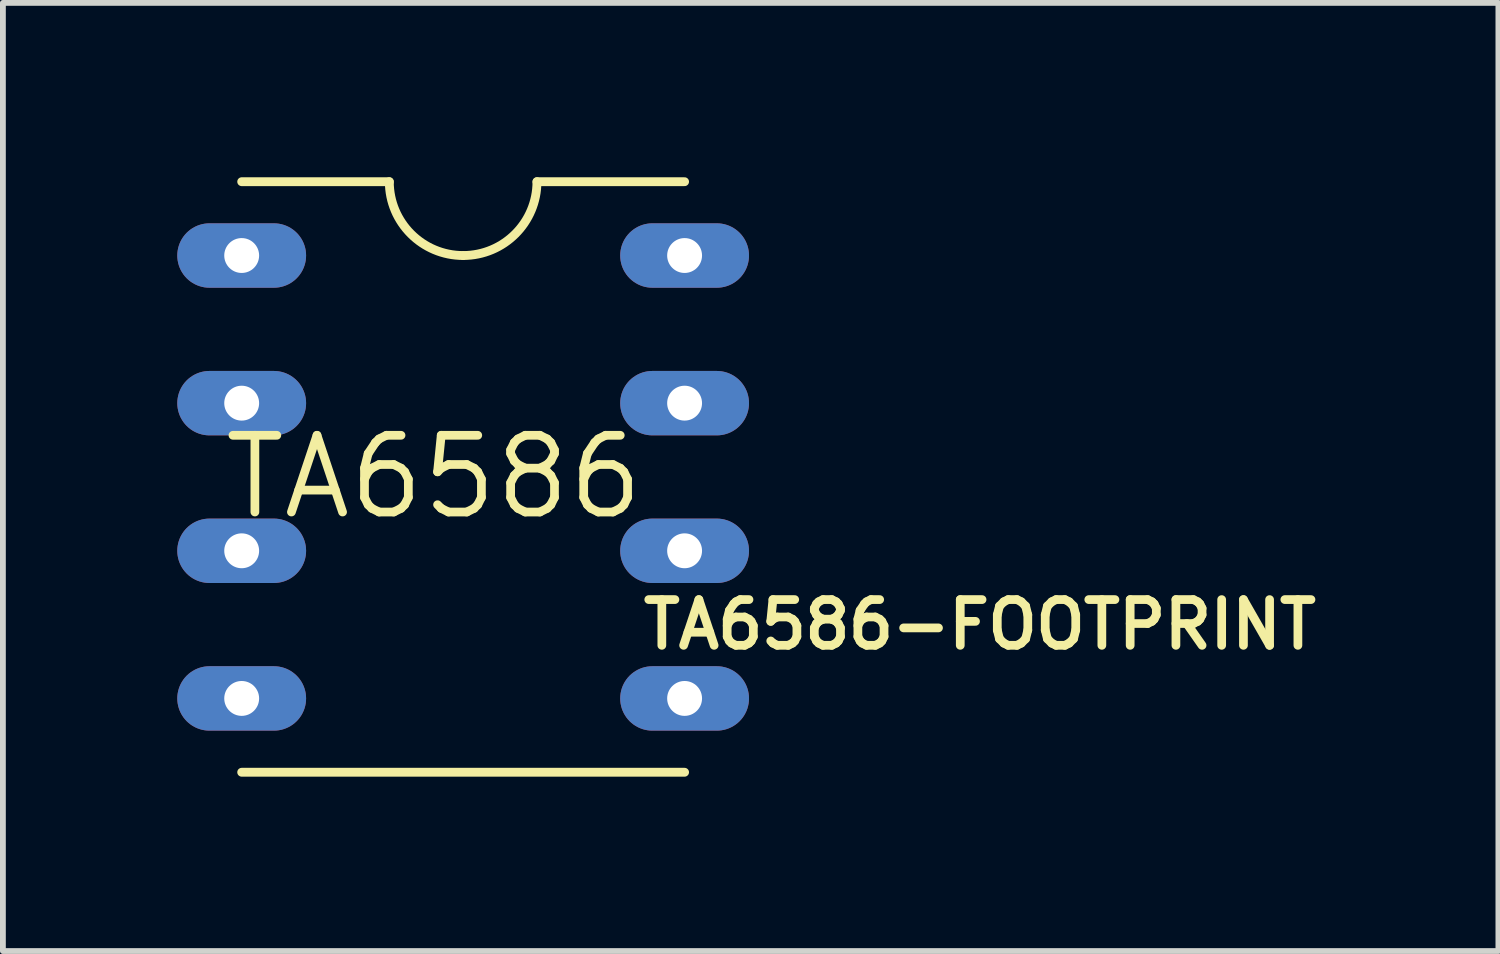
<source format=kicad_pcb>
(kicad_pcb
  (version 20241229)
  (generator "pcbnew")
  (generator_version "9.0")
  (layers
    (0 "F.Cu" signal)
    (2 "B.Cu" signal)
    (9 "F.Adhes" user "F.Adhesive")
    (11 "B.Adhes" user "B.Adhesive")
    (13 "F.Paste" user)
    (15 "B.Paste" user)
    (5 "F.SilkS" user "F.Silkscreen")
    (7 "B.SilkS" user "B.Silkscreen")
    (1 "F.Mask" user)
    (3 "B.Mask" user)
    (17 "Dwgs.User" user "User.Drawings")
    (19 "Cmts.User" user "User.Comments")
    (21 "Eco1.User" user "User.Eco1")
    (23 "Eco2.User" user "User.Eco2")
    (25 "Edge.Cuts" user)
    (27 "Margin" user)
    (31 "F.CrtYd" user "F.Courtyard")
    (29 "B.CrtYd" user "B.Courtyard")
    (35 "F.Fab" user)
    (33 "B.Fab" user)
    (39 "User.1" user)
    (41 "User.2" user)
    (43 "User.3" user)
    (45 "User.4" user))
  (footprint "TA6586-FOOTPRINT"
    (layer "F.Cu")
    (at 13.808 7.696)
    (property "Reference" "TA6586-FOOTPRINT" (at 0 0 0) (layer "F.SilkS") (effects (font (size 0.787 0.787) (thickness 0.15))))
    (attr through_hole)
    (fp_line (start -12.7 -7.62) (end -10.16 -7.62) (stroke (width 0.152) (type solid)) (layer "F.SilkS"))
    (fp_line (start -12.7 2.54) (end -5.08 2.54) (stroke (width 0.152) (type solid)) (layer "F.SilkS"))
    (fp_line (start -7.62 -7.62) (end -5.08 -7.62) (stroke (width 0.152) (type solid)) (layer "F.SilkS"))
    (fp_arc (start -8.89 -6.35) (mid -9.788026 -6.721974) (end -10.16 -7.62) (stroke (width 0.1524) (type solid)) (layer "F.SilkS"))
    (fp_arc (start -7.62 -7.62) (mid -7.991974 -6.721974) (end -8.89 -6.35) (stroke (width 0.1524) (type solid)) (layer "F.SilkS"))
    (fp_text user "TA6586 " (at -8.89 -2.54 0) (layer "F.SilkS") (effects (font (size 1.32 1.32) (thickness 0.15))))
    (pad "BI" thru_hole oval (at -12.7 -6.35) (size 2.216 1.108) (drill 0.6) (layers "*.Cu" "*.Mask"))
    (pad "BO1" thru_hole oval (at -5.08 -3.81) (size 2.216 1.108) (drill 0.6) (layers "*.Cu" "*.Mask"))
    (pad "BO2" thru_hole oval (at -5.08 -6.35) (size 2.216 1.108) (drill 0.6) (layers "*.Cu" "*.Mask"))
    (pad "FI" thru_hole oval (at -12.7 -3.81) (size 2.216 1.108) (drill 0.6) (layers "*.Cu" "*.Mask"))
    (pad "FO1" thru_hole oval (at -5.08 1.27) (size 2.216 1.108) (drill 0.6) (layers "*.Cu" "*.Mask"))
    (pad "FO2" thru_hole oval (at -5.08 -1.27) (size 2.216 1.108) (drill 0.6) (layers "*.Cu" "*.Mask"))
    (pad "GND" thru_hole oval (at -12.7 -1.27) (size 2.216 1.108) (drill 0.6) (layers "*.Cu" "*.Mask"))
    (pad "VCC" thru_hole oval (at -12.7 1.27) (size 2.216 1.108) (drill 0.6) (layers "*.Cu" "*.Mask")))
  (gr_rect
    (start -3 -3)
    (end 22.729 13.312)
    (stroke (width 0.1) (type default))
    (fill no)
    (layer "Edge.Cuts")))
</source>
